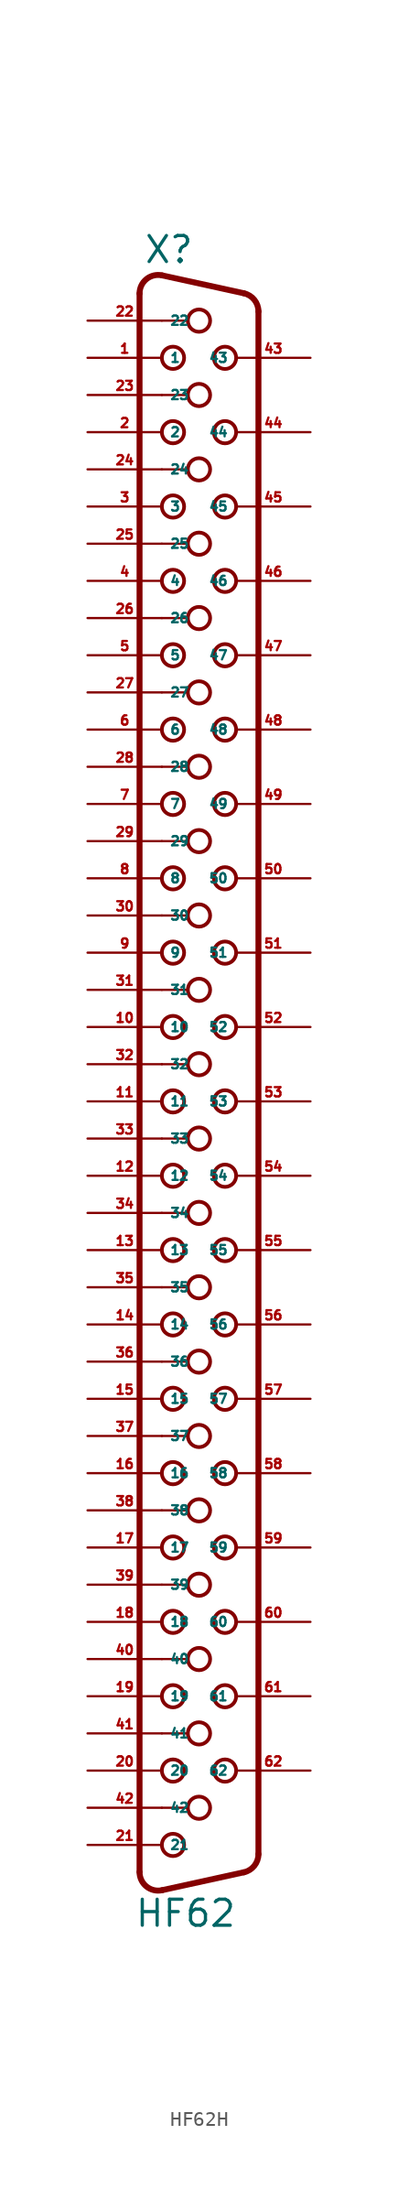
<source format=kicad_sym>
(kicad_symbol_lib
  (version 20220914)
  (generator Eagle2Kicad)
  (symbol "HF62H"
    (property "Reference" "X"
      (at -3.81 52.07 0)
      (effects (font (size 1.778 1.778) (thickness 0.22)) (justify left bottom)))
    (property "Value" "HF62"
      (at -4.445 -61.595 0)
      (effects (font (size 1.778 1.778) (thickness 0.22)) (justify left bottom)))
    (arc
      (start -2.5226 51.352)
      (mid -3.590 51.101)
      (end -4.064 50.1112)
      (stroke (width 0.4064) (type default))
      (fill (type none)))
    (polyline
      (pts (xy -2.523 51.352) (xy 3.065 50.129))
      (stroke (width 0.406) (type default))
      (fill (type none)))
    (arc
      (start 4.0642 48.8888)
      (mid 3.783 49.685)
      (end 3.0654 50.1295)
      (stroke (width 0.4064) (type default))
      (fill (type none)))
    (polyline
      (pts (xy 4.064 -56.509) (xy 4.064 48.889))
      (stroke (width 0.406) (type default))
      (fill (type none)))
    (arc
      (start 3.0654 -57.7494)
      (mid 3.783 -57.305)
      (end 4.064 -56.5088)
      (stroke (width 0.4064) (type default))
      (fill (type none)))
    (polyline
      (pts (xy -4.064 -57.731) (xy -4.064 50.111))
      (stroke (width 0.406) (type default))
      (fill (type none)))
    (polyline
      (pts (xy -2.523 -58.972) (xy 3.065 -57.749))
      (stroke (width 0.406) (type default))
      (fill (type none)))
    (arc
      (start -4.064 -57.7312)
      (mid -3.590 -58.721)
      (end -2.5226 -58.9719)
      (stroke (width 0.4064) (type default))
      (fill (type none)))
    (polyline
      (pts (xy -2.54 48.26) (xy -0.762 48.26))
      (stroke (width 0.152) (type default))
      (fill (type none)))
    (polyline
      (pts (xy -2.54 43.18) (xy -0.762 43.18))
      (stroke (width 0.152) (type default))
      (fill (type none)))
    (polyline
      (pts (xy -2.54 38.1) (xy -0.762 38.1))
      (stroke (width 0.152) (type default))
      (fill (type none)))
    (polyline
      (pts (xy -2.54 33.02) (xy -0.762 33.02))
      (stroke (width 0.152) (type default))
      (fill (type none)))
    (polyline
      (pts (xy -2.54 27.94) (xy -0.762 27.94))
      (stroke (width 0.152) (type default))
      (fill (type none)))
    (polyline
      (pts (xy -2.54 22.86) (xy -0.762 22.86))
      (stroke (width 0.152) (type default))
      (fill (type none)))
    (polyline
      (pts (xy -2.54 17.78) (xy -0.762 17.78))
      (stroke (width 0.152) (type default))
      (fill (type none)))
    (polyline
      (pts (xy -2.54 12.7) (xy -0.762 12.7))
      (stroke (width 0.152) (type default))
      (fill (type none)))
    (polyline
      (pts (xy -2.54 7.62) (xy -0.762 7.62))
      (stroke (width 0.152) (type default))
      (fill (type none)))
    (polyline
      (pts (xy -2.54 -2.54) (xy -0.762 -2.54))
      (stroke (width 0.152) (type default))
      (fill (type none)))
    (polyline
      (pts (xy -2.54 -7.62) (xy -0.762 -7.62))
      (stroke (width 0.152) (type default))
      (fill (type none)))
    (polyline
      (pts (xy -2.54 -12.7) (xy -0.762 -12.7))
      (stroke (width 0.152) (type default))
      (fill (type none)))
    (polyline
      (pts (xy -2.54 -17.78) (xy -0.762 -17.78))
      (stroke (width 0.152) (type default))
      (fill (type none)))
    (polyline
      (pts (xy -2.54 -22.86) (xy -0.762 -22.86))
      (stroke (width 0.152) (type default))
      (fill (type none)))
    (polyline
      (pts (xy -2.54 2.54) (xy -0.762 2.54))
      (stroke (width 0.152) (type default))
      (fill (type none)))
    (polyline
      (pts (xy -2.54 -33.02) (xy -0.762 -33.02))
      (stroke (width 0.152) (type default))
      (fill (type none)))
    (polyline
      (pts (xy -2.54 -38.1) (xy -0.762 -38.1))
      (stroke (width 0.152) (type default))
      (fill (type none)))
    (polyline
      (pts (xy -2.54 -43.18) (xy -0.762 -43.18))
      (stroke (width 0.152) (type default))
      (fill (type none)))
    (polyline
      (pts (xy -2.54 -48.26) (xy -0.762 -48.26))
      (stroke (width 0.152) (type default))
      (fill (type none)))
    (polyline
      (pts (xy -2.54 -53.34) (xy -0.762 -53.34))
      (stroke (width 0.152) (type default))
      (fill (type none)))
    (polyline
      (pts (xy -2.54 -27.94) (xy -0.762 -27.94))
      (stroke (width 0.152) (type default))
      (fill (type none)))
    (circle
      (center 0 48.26)
      (radius 0.762)
      (stroke (width 0.254) (type default))
      (fill (type none)))
    (circle
      (center -1.778 45.72)
      (radius 0.762)
      (stroke (width 0.254) (type default))
      (fill (type none)))
    (circle
      (center 1.778 45.72)
      (radius 0.762)
      (stroke (width 0.254) (type default))
      (fill (type none)))
    (circle
      (center -1.778 40.64)
      (radius 0.762)
      (stroke (width 0.254) (type default))
      (fill (type none)))
    (circle
      (center 1.778 40.64)
      (radius 0.762)
      (stroke (width 0.254) (type default))
      (fill (type none)))
    (circle
      (center -1.778 35.56)
      (radius 0.762)
      (stroke (width 0.254) (type default))
      (fill (type none)))
    (circle
      (center 1.778 35.56)
      (radius 0.762)
      (stroke (width 0.254) (type default))
      (fill (type none)))
    (circle
      (center -1.778 30.48)
      (radius 0.762)
      (stroke (width 0.254) (type default))
      (fill (type none)))
    (circle
      (center 1.778 30.48)
      (radius 0.762)
      (stroke (width 0.254) (type default))
      (fill (type none)))
    (circle
      (center -1.778 25.4)
      (radius 0.762)
      (stroke (width 0.254) (type default))
      (fill (type none)))
    (circle
      (center 0 43.18)
      (radius 0.762)
      (stroke (width 0.254) (type default))
      (fill (type none)))
    (circle
      (center 0 38.1)
      (radius 0.762)
      (stroke (width 0.254) (type default))
      (fill (type none)))
    (circle
      (center 0 33.02)
      (radius 0.762)
      (stroke (width 0.254) (type default))
      (fill (type none)))
    (circle
      (center 0 27.94)
      (radius 0.762)
      (stroke (width 0.254) (type default))
      (fill (type none)))
    (circle
      (center 0 22.86)
      (radius 0.762)
      (stroke (width 0.254) (type default))
      (fill (type none)))
    (circle
      (center 1.778 25.4)
      (radius 0.762)
      (stroke (width 0.254) (type default))
      (fill (type none)))
    (circle
      (center -1.778 20.32)
      (radius 0.762)
      (stroke (width 0.254) (type default))
      (fill (type none)))
    (circle
      (center 1.778 20.32)
      (radius 0.762)
      (stroke (width 0.254) (type default))
      (fill (type none)))
    (circle
      (center -1.778 15.24)
      (radius 0.762)
      (stroke (width 0.254) (type default))
      (fill (type none)))
    (circle
      (center 1.778 15.24)
      (radius 0.762)
      (stroke (width 0.254) (type default))
      (fill (type none)))
    (circle
      (center -1.778 10.16)
      (radius 0.762)
      (stroke (width 0.254) (type default))
      (fill (type none)))
    (circle
      (center 1.778 10.16)
      (radius 0.762)
      (stroke (width 0.254) (type default))
      (fill (type none)))
    (circle
      (center -1.778 5.08)
      (radius 0.762)
      (stroke (width 0.254) (type default))
      (fill (type none)))
    (circle
      (center 0 17.78)
      (radius 0.762)
      (stroke (width 0.254) (type default))
      (fill (type none)))
    (circle
      (center 0 12.7)
      (radius 0.762)
      (stroke (width 0.254) (type default))
      (fill (type none)))
    (circle
      (center 0 7.62)
      (radius 0.762)
      (stroke (width 0.254) (type default))
      (fill (type none)))
    (circle
      (center 1.778 5.08)
      (radius 0.762)
      (stroke (width 0.254) (type default))
      (fill (type none)))
    (circle
      (center -1.778 0)
      (radius 0.762)
      (stroke (width 0.254) (type default))
      (fill (type none)))
    (circle
      (center 1.778 0)
      (radius 0.762)
      (stroke (width 0.254) (type default))
      (fill (type none)))
    (circle
      (center -1.778 -5.08)
      (radius 0.762)
      (stroke (width 0.254) (type default))
      (fill (type none)))
    (circle
      (center 1.778 -5.08)
      (radius 0.762)
      (stroke (width 0.254) (type default))
      (fill (type none)))
    (circle
      (center -1.778 -10.16)
      (radius 0.762)
      (stroke (width 0.254) (type default))
      (fill (type none)))
    (circle
      (center 1.778 -10.16)
      (radius 0.762)
      (stroke (width 0.254) (type default))
      (fill (type none)))
    (circle
      (center -1.778 -15.24)
      (radius 0.762)
      (stroke (width 0.254) (type default))
      (fill (type none)))
    (circle
      (center 0 -2.54)
      (radius 0.762)
      (stroke (width 0.254) (type default))
      (fill (type none)))
    (circle
      (center 0 -7.62)
      (radius 0.762)
      (stroke (width 0.254) (type default))
      (fill (type none)))
    (circle
      (center 0 -12.7)
      (radius 0.762)
      (stroke (width 0.254) (type default))
      (fill (type none)))
    (circle
      (center 0 -17.78)
      (radius 0.762)
      (stroke (width 0.254) (type default))
      (fill (type none)))
    (circle
      (center 1.778 -15.24)
      (radius 0.762)
      (stroke (width 0.254) (type default))
      (fill (type none)))
    (circle
      (center -1.778 -20.32)
      (radius 0.762)
      (stroke (width 0.254) (type default))
      (fill (type none)))
    (circle
      (center 1.778 -20.32)
      (radius 0.762)
      (stroke (width 0.254) (type default))
      (fill (type none)))
    (circle
      (center -1.778 -25.4)
      (radius 0.762)
      (stroke (width 0.254) (type default))
      (fill (type none)))
    (circle
      (center 0 -22.86)
      (radius 0.762)
      (stroke (width 0.254) (type default))
      (fill (type none)))
    (circle
      (center 0 2.54)
      (radius 0.762)
      (stroke (width 0.254) (type default))
      (fill (type none)))
    (circle
      (center 1.778 -25.4)
      (radius 0.762)
      (stroke (width 0.254) (type default))
      (fill (type none)))
    (circle
      (center -1.778 -30.48)
      (radius 0.762)
      (stroke (width 0.254) (type default))
      (fill (type none)))
    (circle
      (center 1.778 -30.48)
      (radius 0.762)
      (stroke (width 0.254) (type default))
      (fill (type none)))
    (circle
      (center -1.778 -35.56)
      (radius 0.762)
      (stroke (width 0.254) (type default))
      (fill (type none)))
    (circle
      (center 1.778 -35.56)
      (radius 0.762)
      (stroke (width 0.254) (type default))
      (fill (type none)))
    (circle
      (center -1.778 -40.64)
      (radius 0.762)
      (stroke (width 0.254) (type default))
      (fill (type none)))
    (circle
      (center 1.778 -40.64)
      (radius 0.762)
      (stroke (width 0.254) (type default))
      (fill (type none)))
    (circle
      (center -1.778 -45.72)
      (radius 0.762)
      (stroke (width 0.254) (type default))
      (fill (type none)))
    (circle
      (center 0 -33.02)
      (radius 0.762)
      (stroke (width 0.254) (type default))
      (fill (type none)))
    (circle
      (center 0 -38.1)
      (radius 0.762)
      (stroke (width 0.254) (type default))
      (fill (type none)))
    (circle
      (center 0 -43.18)
      (radius 0.762)
      (stroke (width 0.254) (type default))
      (fill (type none)))
    (circle
      (center 0 -48.26)
      (radius 0.762)
      (stroke (width 0.254) (type default))
      (fill (type none)))
    (circle
      (center 1.778 -45.72)
      (radius 0.762)
      (stroke (width 0.254) (type default))
      (fill (type none)))
    (circle
      (center -1.778 -50.8)
      (radius 0.762)
      (stroke (width 0.254) (type default))
      (fill (type none)))
    (circle
      (center 1.778 -50.8)
      (radius 0.762)
      (stroke (width 0.254) (type default))
      (fill (type none)))
    (circle
      (center -1.778 -55.88)
      (radius 0.762)
      (stroke (width 0.254) (type default))
      (fill (type none)))
    (circle
      (center 0 -53.34)
      (radius 0.762)
      (stroke (width 0.254) (type default))
      (fill (type none)))
    (circle
      (center 0 -27.94)
      (radius 0.762)
      (stroke (width 0.254) (type default))
      (fill (type none)))
    (pin passive line
      (at -7.62 45.72 0)
      (length 5.08)
      (name "1" (effects (font (size 0.635 0.635) (thickness 0.08)) (justify left bottom)))
      (number "1" (effects (font (size 0.635 0.635) (thickness 0.08)) (justify left bottom))))
    (pin passive line
      (at -7.62 40.64 0)
      (length 5.08)
      (name "2" (effects (font (size 0.635 0.635) (thickness 0.08)) (justify left bottom)))
      (number "2" (effects (font (size 0.635 0.635) (thickness 0.08)) (justify left bottom))))
    (pin passive line
      (at -7.62 35.56 0)
      (length 5.08)
      (name "3" (effects (font (size 0.635 0.635) (thickness 0.08)) (justify left bottom)))
      (number "3" (effects (font (size 0.635 0.635) (thickness 0.08)) (justify left bottom))))
    (pin passive line
      (at -7.62 30.48 0)
      (length 5.08)
      (name "4" (effects (font (size 0.635 0.635) (thickness 0.08)) (justify left bottom)))
      (number "4" (effects (font (size 0.635 0.635) (thickness 0.08)) (justify left bottom))))
    (pin passive line
      (at -7.62 25.4 0)
      (length 5.08)
      (name "5" (effects (font (size 0.635 0.635) (thickness 0.08)) (justify left bottom)))
      (number "5" (effects (font (size 0.635 0.635) (thickness 0.08)) (justify left bottom))))
    (pin passive line
      (at -7.62 20.32 0)
      (length 5.08)
      (name "6" (effects (font (size 0.635 0.635) (thickness 0.08)) (justify left bottom)))
      (number "6" (effects (font (size 0.635 0.635) (thickness 0.08)) (justify left bottom))))
    (pin passive line
      (at -7.62 15.24 0)
      (length 5.08)
      (name "7" (effects (font (size 0.635 0.635) (thickness 0.08)) (justify left bottom)))
      (number "7" (effects (font (size 0.635 0.635) (thickness 0.08)) (justify left bottom))))
    (pin passive line
      (at -7.62 10.16 0)
      (length 5.08)
      (name "8" (effects (font (size 0.635 0.635) (thickness 0.08)) (justify left bottom)))
      (number "8" (effects (font (size 0.635 0.635) (thickness 0.08)) (justify left bottom))))
    (pin passive line
      (at -7.62 5.08 0)
      (length 5.08)
      (name "9" (effects (font (size 0.635 0.635) (thickness 0.08)) (justify left bottom)))
      (number "9" (effects (font (size 0.635 0.635) (thickness 0.08)) (justify left bottom))))
    (pin passive line
      (at -7.62 0 0)
      (length 5.08)
      (name "10" (effects (font (size 0.635 0.635) (thickness 0.08)) (justify left bottom)))
      (number "10" (effects (font (size 0.635 0.635) (thickness 0.08)) (justify left bottom))))
    (pin passive line
      (at -7.62 -5.08 0)
      (length 5.08)
      (name "11" (effects (font (size 0.635 0.635) (thickness 0.08)) (justify left bottom)))
      (number "11" (effects (font (size 0.635 0.635) (thickness 0.08)) (justify left bottom))))
    (pin passive line
      (at -7.62 -10.16 0)
      (length 5.08)
      (name "12" (effects (font (size 0.635 0.635) (thickness 0.08)) (justify left bottom)))
      (number "12" (effects (font (size 0.635 0.635) (thickness 0.08)) (justify left bottom))))
    (pin passive line
      (at -7.62 -15.24 0)
      (length 5.08)
      (name "13" (effects (font (size 0.635 0.635) (thickness 0.08)) (justify left bottom)))
      (number "13" (effects (font (size 0.635 0.635) (thickness 0.08)) (justify left bottom))))
    (pin passive line
      (at -7.62 -20.32 0)
      (length 5.08)
      (name "14" (effects (font (size 0.635 0.635) (thickness 0.08)) (justify left bottom)))
      (number "14" (effects (font (size 0.635 0.635) (thickness 0.08)) (justify left bottom))))
    (pin passive line
      (at -7.62 -25.4 0)
      (length 5.08)
      (name "15" (effects (font (size 0.635 0.635) (thickness 0.08)) (justify left bottom)))
      (number "15" (effects (font (size 0.635 0.635) (thickness 0.08)) (justify left bottom))))
    (pin passive line
      (at -7.62 -30.48 0)
      (length 5.08)
      (name "16" (effects (font (size 0.635 0.635) (thickness 0.08)) (justify left bottom)))
      (number "16" (effects (font (size 0.635 0.635) (thickness 0.08)) (justify left bottom))))
    (pin passive line
      (at -7.62 -35.56 0)
      (length 5.08)
      (name "17" (effects (font (size 0.635 0.635) (thickness 0.08)) (justify left bottom)))
      (number "17" (effects (font (size 0.635 0.635) (thickness 0.08)) (justify left bottom))))
    (pin passive line
      (at -7.62 -40.64 0)
      (length 5.08)
      (name "18" (effects (font (size 0.635 0.635) (thickness 0.08)) (justify left bottom)))
      (number "18" (effects (font (size 0.635 0.635) (thickness 0.08)) (justify left bottom))))
    (pin passive line
      (at -7.62 -45.72 0)
      (length 5.08)
      (name "19" (effects (font (size 0.635 0.635) (thickness 0.08)) (justify left bottom)))
      (number "19" (effects (font (size 0.635 0.635) (thickness 0.08)) (justify left bottom))))
    (pin passive line
      (at -7.62 -50.8 0)
      (length 5.08)
      (name "20" (effects (font (size 0.635 0.635) (thickness 0.08)) (justify left bottom)))
      (number "20" (effects (font (size 0.635 0.635) (thickness 0.08)) (justify left bottom))))
    (pin passive line
      (at -7.62 -55.88 0)
      (length 5.08)
      (name "21" (effects (font (size 0.635 0.635) (thickness 0.08)) (justify left bottom)))
      (number "21" (effects (font (size 0.635 0.635) (thickness 0.08)) (justify left bottom))))
    (pin passive line
      (at -7.62 48.26 0)
      (length 5.08)
      (name "22" (effects (font (size 0.635 0.635) (thickness 0.08)) (justify left bottom)))
      (number "22" (effects (font (size 0.635 0.635) (thickness 0.08)) (justify left bottom))))
    (pin passive line
      (at -7.62 43.18 0)
      (length 5.08)
      (name "23" (effects (font (size 0.635 0.635) (thickness 0.08)) (justify left bottom)))
      (number "23" (effects (font (size 0.635 0.635) (thickness 0.08)) (justify left bottom))))
    (pin passive line
      (at -7.62 38.1 0)
      (length 5.08)
      (name "24" (effects (font (size 0.635 0.635) (thickness 0.08)) (justify left bottom)))
      (number "24" (effects (font (size 0.635 0.635) (thickness 0.08)) (justify left bottom))))
    (pin passive line
      (at -7.62 33.02 0)
      (length 5.08)
      (name "25" (effects (font (size 0.635 0.635) (thickness 0.08)) (justify left bottom)))
      (number "25" (effects (font (size 0.635 0.635) (thickness 0.08)) (justify left bottom))))
    (pin passive line
      (at -7.62 27.94 0)
      (length 5.08)
      (name "26" (effects (font (size 0.635 0.635) (thickness 0.08)) (justify left bottom)))
      (number "26" (effects (font (size 0.635 0.635) (thickness 0.08)) (justify left bottom))))
    (pin passive line
      (at -7.62 22.86 0)
      (length 5.08)
      (name "27" (effects (font (size 0.635 0.635) (thickness 0.08)) (justify left bottom)))
      (number "27" (effects (font (size 0.635 0.635) (thickness 0.08)) (justify left bottom))))
    (pin passive line
      (at -7.62 17.78 0)
      (length 5.08)
      (name "28" (effects (font (size 0.635 0.635) (thickness 0.08)) (justify left bottom)))
      (number "28" (effects (font (size 0.635 0.635) (thickness 0.08)) (justify left bottom))))
    (pin passive line
      (at -7.62 12.7 0)
      (length 5.08)
      (name "29" (effects (font (size 0.635 0.635) (thickness 0.08)) (justify left bottom)))
      (number "29" (effects (font (size 0.635 0.635) (thickness 0.08)) (justify left bottom))))
    (pin passive line
      (at -7.62 7.62 0)
      (length 5.08)
      (name "30" (effects (font (size 0.635 0.635) (thickness 0.08)) (justify left bottom)))
      (number "30" (effects (font (size 0.635 0.635) (thickness 0.08)) (justify left bottom))))
    (pin passive line
      (at -7.62 2.54 0)
      (length 5.08)
      (name "31" (effects (font (size 0.635 0.635) (thickness 0.08)) (justify left bottom)))
      (number "31" (effects (font (size 0.635 0.635) (thickness 0.08)) (justify left bottom))))
    (pin passive line
      (at -7.62 -2.54 0)
      (length 5.08)
      (name "32" (effects (font (size 0.635 0.635) (thickness 0.08)) (justify left bottom)))
      (number "32" (effects (font (size 0.635 0.635) (thickness 0.08)) (justify left bottom))))
    (pin passive line
      (at -7.62 -7.62 0)
      (length 5.08)
      (name "33" (effects (font (size 0.635 0.635) (thickness 0.08)) (justify left bottom)))
      (number "33" (effects (font (size 0.635 0.635) (thickness 0.08)) (justify left bottom))))
    (pin passive line
      (at -7.62 -12.7 0)
      (length 5.08)
      (name "34" (effects (font (size 0.635 0.635) (thickness 0.08)) (justify left bottom)))
      (number "34" (effects (font (size 0.635 0.635) (thickness 0.08)) (justify left bottom))))
    (pin passive line
      (at -7.62 -17.78 0)
      (length 5.08)
      (name "35" (effects (font (size 0.635 0.635) (thickness 0.08)) (justify left bottom)))
      (number "35" (effects (font (size 0.635 0.635) (thickness 0.08)) (justify left bottom))))
    (pin passive line
      (at -7.62 -22.86 0)
      (length 5.08)
      (name "36" (effects (font (size 0.635 0.635) (thickness 0.08)) (justify left bottom)))
      (number "36" (effects (font (size 0.635 0.635) (thickness 0.08)) (justify left bottom))))
    (pin passive line
      (at -7.62 -27.94 0)
      (length 5.08)
      (name "37" (effects (font (size 0.635 0.635) (thickness 0.08)) (justify left bottom)))
      (number "37" (effects (font (size 0.635 0.635) (thickness 0.08)) (justify left bottom))))
    (pin passive line
      (at -7.62 -33.02 0)
      (length 5.08)
      (name "38" (effects (font (size 0.635 0.635) (thickness 0.08)) (justify left bottom)))
      (number "38" (effects (font (size 0.635 0.635) (thickness 0.08)) (justify left bottom))))
    (pin passive line
      (at -7.62 -38.1 0)
      (length 5.08)
      (name "39" (effects (font (size 0.635 0.635) (thickness 0.08)) (justify left bottom)))
      (number "39" (effects (font (size 0.635 0.635) (thickness 0.08)) (justify left bottom))))
    (pin passive line
      (at -7.62 -43.18 0)
      (length 5.08)
      (name "40" (effects (font (size 0.635 0.635) (thickness 0.08)) (justify left bottom)))
      (number "40" (effects (font (size 0.635 0.635) (thickness 0.08)) (justify left bottom))))
    (pin passive line
      (at -7.62 -48.26 0)
      (length 5.08)
      (name "41" (effects (font (size 0.635 0.635) (thickness 0.08)) (justify left bottom)))
      (number "41" (effects (font (size 0.635 0.635) (thickness 0.08)) (justify left bottom))))
    (pin passive line
      (at -7.62 -53.34 0)
      (length 5.08)
      (name "42" (effects (font (size 0.635 0.635) (thickness 0.08)) (justify left bottom)))
      (number "42" (effects (font (size 0.635 0.635) (thickness 0.08)) (justify left bottom))))
    (pin passive line
      (at 7.62 45.72 180)
      (length 5.08)
      (name "43" (effects (font (size 0.635 0.635) (thickness 0.08)) (justify left bottom)))
      (number "43" (effects (font (size 0.635 0.635) (thickness 0.08)) (justify left bottom))))
    (pin passive line
      (at 7.62 40.64 180)
      (length 5.08)
      (name "44" (effects (font (size 0.635 0.635) (thickness 0.08)) (justify left bottom)))
      (number "44" (effects (font (size 0.635 0.635) (thickness 0.08)) (justify left bottom))))
    (pin passive line
      (at 7.62 35.56 180)
      (length 5.08)
      (name "45" (effects (font (size 0.635 0.635) (thickness 0.08)) (justify left bottom)))
      (number "45" (effects (font (size 0.635 0.635) (thickness 0.08)) (justify left bottom))))
    (pin passive line
      (at 7.62 30.48 180)
      (length 5.08)
      (name "46" (effects (font (size 0.635 0.635) (thickness 0.08)) (justify left bottom)))
      (number "46" (effects (font (size 0.635 0.635) (thickness 0.08)) (justify left bottom))))
    (pin passive line
      (at 7.62 25.4 180)
      (length 5.08)
      (name "47" (effects (font (size 0.635 0.635) (thickness 0.08)) (justify left bottom)))
      (number "47" (effects (font (size 0.635 0.635) (thickness 0.08)) (justify left bottom))))
    (pin passive line
      (at 7.62 20.32 180)
      (length 5.08)
      (name "48" (effects (font (size 0.635 0.635) (thickness 0.08)) (justify left bottom)))
      (number "48" (effects (font (size 0.635 0.635) (thickness 0.08)) (justify left bottom))))
    (pin passive line
      (at 7.62 15.24 180)
      (length 5.08)
      (name "49" (effects (font (size 0.635 0.635) (thickness 0.08)) (justify left bottom)))
      (number "49" (effects (font (size 0.635 0.635) (thickness 0.08)) (justify left bottom))))
    (pin passive line
      (at 7.62 10.16 180)
      (length 5.08)
      (name "50" (effects (font (size 0.635 0.635) (thickness 0.08)) (justify left bottom)))
      (number "50" (effects (font (size 0.635 0.635) (thickness 0.08)) (justify left bottom))))
    (pin passive line
      (at 7.62 5.08 180)
      (length 5.08)
      (name "51" (effects (font (size 0.635 0.635) (thickness 0.08)) (justify left bottom)))
      (number "51" (effects (font (size 0.635 0.635) (thickness 0.08)) (justify left bottom))))
    (pin passive line
      (at 7.62 0 180)
      (length 5.08)
      (name "52" (effects (font (size 0.635 0.635) (thickness 0.08)) (justify left bottom)))
      (number "52" (effects (font (size 0.635 0.635) (thickness 0.08)) (justify left bottom))))
    (pin passive line
      (at 7.62 -5.08 180)
      (length 5.08)
      (name "53" (effects (font (size 0.635 0.635) (thickness 0.08)) (justify left bottom)))
      (number "53" (effects (font (size 0.635 0.635) (thickness 0.08)) (justify left bottom))))
    (pin passive line
      (at 7.62 -10.16 180)
      (length 5.08)
      (name "54" (effects (font (size 0.635 0.635) (thickness 0.08)) (justify left bottom)))
      (number "54" (effects (font (size 0.635 0.635) (thickness 0.08)) (justify left bottom))))
    (pin passive line
      (at 7.62 -15.24 180)
      (length 5.08)
      (name "55" (effects (font (size 0.635 0.635) (thickness 0.08)) (justify left bottom)))
      (number "55" (effects (font (size 0.635 0.635) (thickness 0.08)) (justify left bottom))))
    (pin passive line
      (at 7.62 -20.32 180)
      (length 5.08)
      (name "56" (effects (font (size 0.635 0.635) (thickness 0.08)) (justify left bottom)))
      (number "56" (effects (font (size 0.635 0.635) (thickness 0.08)) (justify left bottom))))
    (pin passive line
      (at 7.62 -25.4 180)
      (length 5.08)
      (name "57" (effects (font (size 0.635 0.635) (thickness 0.08)) (justify left bottom)))
      (number "57" (effects (font (size 0.635 0.635) (thickness 0.08)) (justify left bottom))))
    (pin passive line
      (at 7.62 -30.48 180)
      (length 5.08)
      (name "58" (effects (font (size 0.635 0.635) (thickness 0.08)) (justify left bottom)))
      (number "58" (effects (font (size 0.635 0.635) (thickness 0.08)) (justify left bottom))))
    (pin passive line
      (at 7.62 -35.56 180)
      (length 5.08)
      (name "59" (effects (font (size 0.635 0.635) (thickness 0.08)) (justify left bottom)))
      (number "59" (effects (font (size 0.635 0.635) (thickness 0.08)) (justify left bottom))))
    (pin passive line
      (at 7.62 -40.64 180)
      (length 5.08)
      (name "60" (effects (font (size 0.635 0.635) (thickness 0.08)) (justify left bottom)))
      (number "60" (effects (font (size 0.635 0.635) (thickness 0.08)) (justify left bottom))))
    (pin passive line
      (at 7.62 -45.72 180)
      (length 5.08)
      (name "61" (effects (font (size 0.635 0.635) (thickness 0.08)) (justify left bottom)))
      (number "61" (effects (font (size 0.635 0.635) (thickness 0.08)) (justify left bottom))))
    (pin passive line
      (at 7.62 -50.8 180)
      (length 5.08)
      (name "62" (effects (font (size 0.635 0.635) (thickness 0.08)) (justify left bottom)))
      (number "62" (effects (font (size 0.635 0.635) (thickness 0.08)) (justify left bottom))))))
</source>
